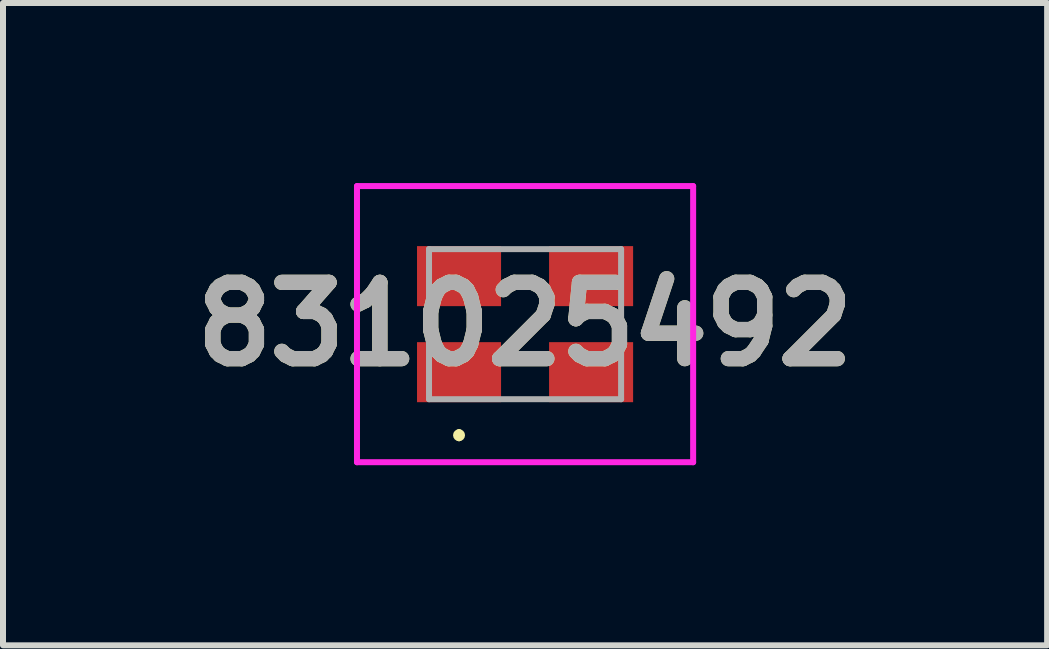
<source format=kicad_pcb>
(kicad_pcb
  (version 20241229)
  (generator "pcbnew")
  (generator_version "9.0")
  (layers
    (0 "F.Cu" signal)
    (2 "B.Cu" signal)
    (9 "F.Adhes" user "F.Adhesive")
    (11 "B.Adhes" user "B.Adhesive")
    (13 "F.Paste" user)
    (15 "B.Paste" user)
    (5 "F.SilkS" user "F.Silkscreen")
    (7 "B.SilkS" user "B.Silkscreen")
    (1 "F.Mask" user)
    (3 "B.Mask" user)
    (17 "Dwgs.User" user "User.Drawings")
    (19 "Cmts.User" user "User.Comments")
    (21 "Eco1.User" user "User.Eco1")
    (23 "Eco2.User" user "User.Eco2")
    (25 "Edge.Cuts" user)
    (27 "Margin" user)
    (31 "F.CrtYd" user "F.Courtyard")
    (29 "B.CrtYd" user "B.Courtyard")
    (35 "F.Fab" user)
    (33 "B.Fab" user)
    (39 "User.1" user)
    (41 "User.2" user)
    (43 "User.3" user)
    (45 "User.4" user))
  (footprint "831025492"
    (layer "F.Cu")
    (at 5.697 2.35)
    (property "Reference" "831025492" (at 0 0 0) (layer "F.SilkS") (effects (font (size 1.27 1.27) (thickness 0.254))))
    (attr smd)
    (fp_line (start -1.1 1.8) (end -1.1 1.8) (stroke (width 0.1) (type solid)) (layer "F.SilkS"))
    (fp_line (start -1.1 1.9) (end -1.1 1.9) (stroke (width 0.1) (type solid)) (layer "F.SilkS"))
    (fp_arc (start -1.1 1.8) (mid -1.05 1.85) (end -1.1 1.9) (stroke (width 0.1) (type solid)) (layer "F.SilkS"))
    (fp_arc (start -1.1 1.9) (mid -1.15 1.85) (end -1.1 1.8) (stroke (width 0.1) (type solid)) (layer "F.SilkS"))
    (fp_line (start -2.8 -2.3) (end 2.8 -2.3) (stroke (width 0.1) (type solid)) (layer "F.CrtYd"))
    (fp_line (start -2.8 2.3) (end -2.8 -2.3) (stroke (width 0.1) (type solid)) (layer "F.CrtYd"))
    (fp_line (start 2.8 -2.3) (end 2.8 2.3) (stroke (width 0.1) (type solid)) (layer "F.CrtYd"))
    (fp_line (start 2.8 2.3) (end -2.8 2.3) (stroke (width 0.1) (type solid)) (layer "F.CrtYd"))
    (fp_line (start -1.6 -1.25) (end -1.6 1.25) (stroke (width 0.1) (type solid)) (layer "F.Fab"))
    (fp_line (start -1.6 1.25) (end 1.6 1.25) (stroke (width 0.1) (type solid)) (layer "F.Fab"))
    (fp_line (start 1.6 -1.25) (end -1.6 -1.25) (stroke (width 0.1) (type solid)) (layer "F.Fab"))
    (fp_line (start 1.6 1.25) (end 1.6 -1.25) (stroke (width 0.1) (type solid)) (layer "F.Fab"))
    (fp_text user "${REFERENCE}" (at 0 0 0) (layer "F.Fab") (effects (font (size 1.27 1.27) (thickness 0.254))))
    (pad "1" smd rect (at -1.1 0.8 90) (size 1 1.4) (layers "F.Cu" "F.Mask" "F.Paste"))
    (pad "2" smd rect (at 1.1 0.8 90) (size 1 1.4) (layers "F.Cu" "F.Mask" "F.Paste"))
    (pad "3" smd rect (at 1.1 -0.8 90) (size 1 1.4) (layers "F.Cu" "F.Mask" "F.Paste"))
    (pad "4" smd rect (at -1.1 -0.8 90) (size 1 1.4) (layers "F.Cu" "F.Mask" "F.Paste")))
  (gr_rect
    (start -3 -3)
    (end 14.394 7.7)
    (stroke (width 0.1) (type default))
    (fill no)
    (layer "Edge.Cuts")))
</source>
